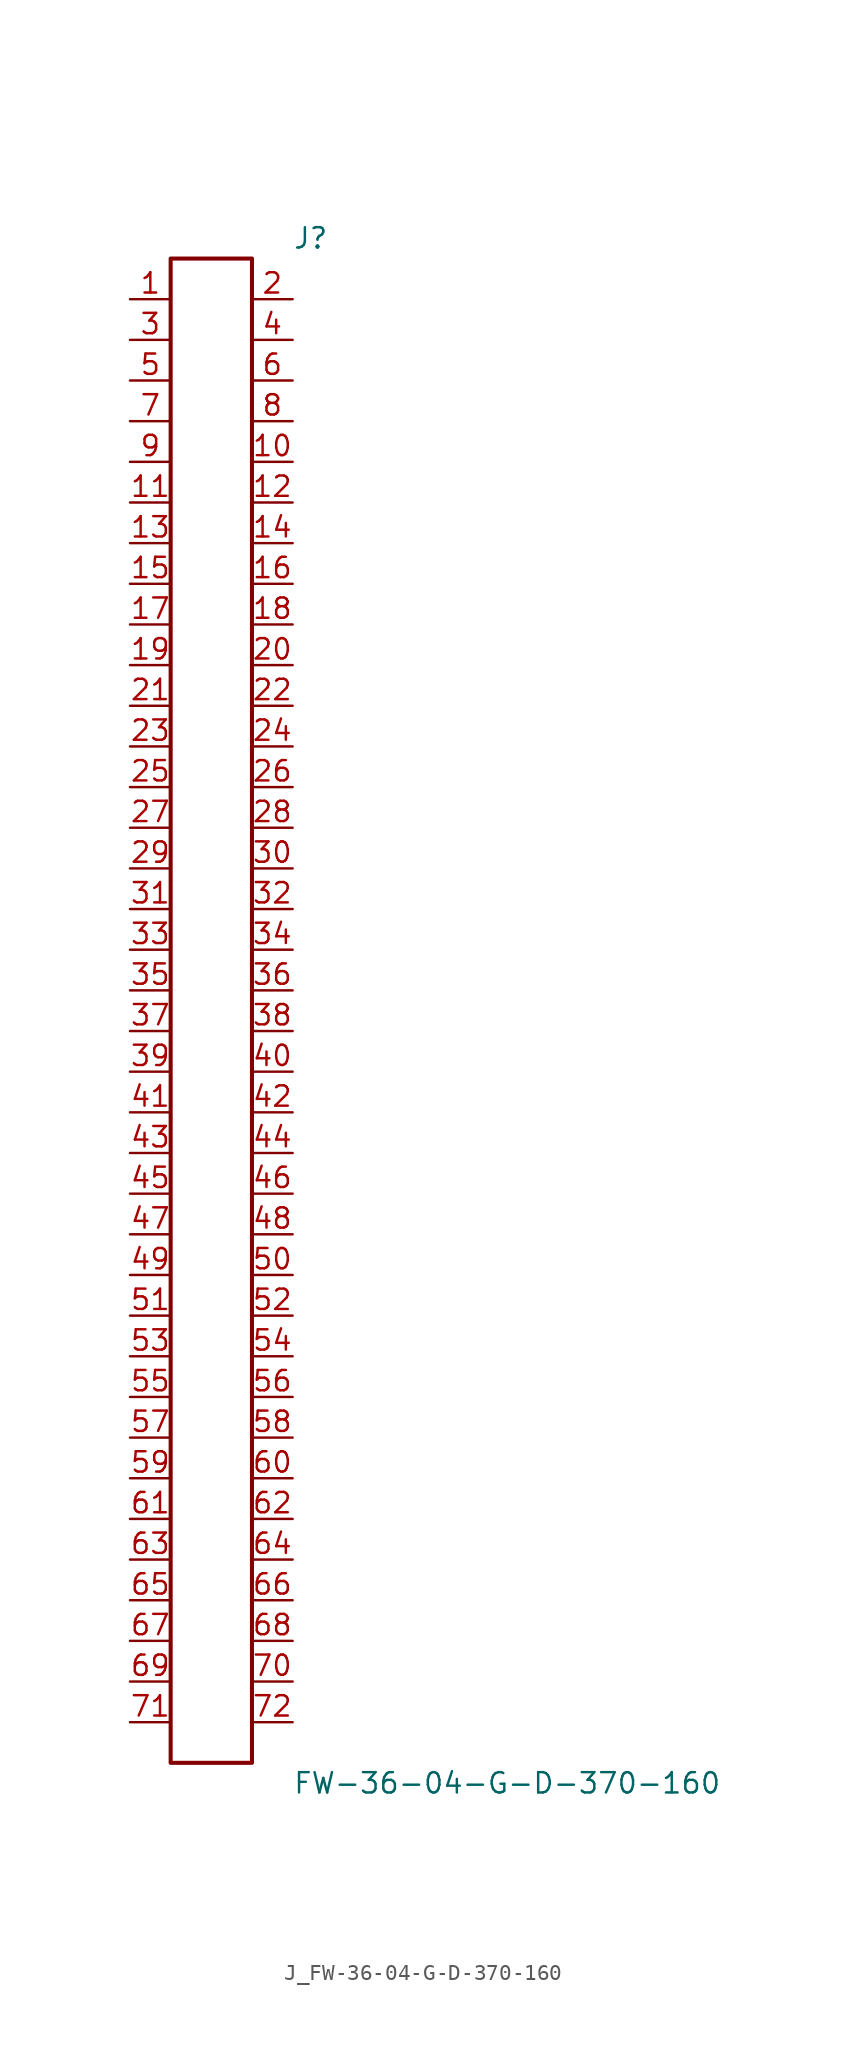
<source format=kicad_sym>
(kicad_symbol_lib
  (version 20231120)
  (generator kicad_symbol_editor)
  (generator_version 8.0)
  (symbol "J_FW-36-04-G-D-370-160"
    (pin_names
      (offset 0.254))
    (property "Reference" "J"
      (at 5.08 48.26 0)
      (effects (font (size 1.27 1.27)) (justify left)))
    (property "Value" "FW-36-04-G-D-370-160"
      (at 5.08 -48.26 0)
      (effects (font (size 1.27 1.27)) (justify left)))
    (symbol "J_FW-36-04-G-D-370-160_0_0"
      (pin unspecified line (at -5.08 44.45 0) (length 2.54) (name "" (effects (font (size 1.27 1.27)))) (number "1" (effects (font (size 1.27 1.27)))))
      (pin unspecified line (at 5.08 44.45 180) (length 2.54) (name "" (effects (font (size 1.27 1.27)))) (number "2" (effects (font (size 1.27 1.27)))))
      (pin unspecified line (at -5.08 41.91 0) (length 2.54) (name "" (effects (font (size 1.27 1.27)))) (number "3" (effects (font (size 1.27 1.27)))))
      (pin unspecified line (at 5.08 41.91 180) (length 2.54) (name "" (effects (font (size 1.27 1.27)))) (number "4" (effects (font (size 1.27 1.27)))))
      (pin unspecified line (at -5.08 39.37 0) (length 2.54) (name "" (effects (font (size 1.27 1.27)))) (number "5" (effects (font (size 1.27 1.27)))))
      (pin unspecified line (at 5.08 39.37 180) (length 2.54) (name "" (effects (font (size 1.27 1.27)))) (number "6" (effects (font (size 1.27 1.27)))))
      (pin unspecified line (at -5.08 36.83 0) (length 2.54) (name "" (effects (font (size 1.27 1.27)))) (number "7" (effects (font (size 1.27 1.27)))))
      (pin unspecified line (at 5.08 36.83 180) (length 2.54) (name "" (effects (font (size 1.27 1.27)))) (number "8" (effects (font (size 1.27 1.27)))))
      (pin unspecified line (at -5.08 34.29 0) (length 2.54) (name "" (effects (font (size 1.27 1.27)))) (number "9" (effects (font (size 1.27 1.27)))))
      (pin unspecified line (at 5.08 34.29 180) (length 2.54) (name "" (effects (font (size 1.27 1.27)))) (number "10" (effects (font (size 1.27 1.27)))))
      (pin unspecified line (at -5.08 31.75 0) (length 2.54) (name "" (effects (font (size 1.27 1.27)))) (number "11" (effects (font (size 1.27 1.27)))))
      (pin unspecified line (at 5.08 31.75 180) (length 2.54) (name "" (effects (font (size 1.27 1.27)))) (number "12" (effects (font (size 1.27 1.27)))))
      (pin unspecified line (at -5.08 29.21 0) (length 2.54) (name "" (effects (font (size 1.27 1.27)))) (number "13" (effects (font (size 1.27 1.27)))))
      (pin unspecified line (at 5.08 29.21 180) (length 2.54) (name "" (effects (font (size 1.27 1.27)))) (number "14" (effects (font (size 1.27 1.27)))))
      (pin unspecified line (at -5.08 26.67 0) (length 2.54) (name "" (effects (font (size 1.27 1.27)))) (number "15" (effects (font (size 1.27 1.27)))))
      (pin unspecified line (at 5.08 26.67 180) (length 2.54) (name "" (effects (font (size 1.27 1.27)))) (number "16" (effects (font (size 1.27 1.27)))))
      (pin unspecified line (at -5.08 24.13 0) (length 2.54) (name "" (effects (font (size 1.27 1.27)))) (number "17" (effects (font (size 1.27 1.27)))))
      (pin unspecified line (at 5.08 24.13 180) (length 2.54) (name "" (effects (font (size 1.27 1.27)))) (number "18" (effects (font (size 1.27 1.27)))))
      (pin unspecified line (at -5.08 21.59 0) (length 2.54) (name "" (effects (font (size 1.27 1.27)))) (number "19" (effects (font (size 1.27 1.27)))))
      (pin unspecified line (at 5.08 21.59 180) (length 2.54) (name "" (effects (font (size 1.27 1.27)))) (number "20" (effects (font (size 1.27 1.27)))))
      (pin unspecified line (at -5.08 19.05 0) (length 2.54) (name "" (effects (font (size 1.27 1.27)))) (number "21" (effects (font (size 1.27 1.27)))))
      (pin unspecified line (at 5.08 19.05 180) (length 2.54) (name "" (effects (font (size 1.27 1.27)))) (number "22" (effects (font (size 1.27 1.27)))))
      (pin unspecified line (at -5.08 16.51 0) (length 2.54) (name "" (effects (font (size 1.27 1.27)))) (number "23" (effects (font (size 1.27 1.27)))))
      (pin unspecified line (at 5.08 16.51 180) (length 2.54) (name "" (effects (font (size 1.27 1.27)))) (number "24" (effects (font (size 1.27 1.27)))))
      (pin unspecified line (at -5.08 13.97 0) (length 2.54) (name "" (effects (font (size 1.27 1.27)))) (number "25" (effects (font (size 1.27 1.27)))))
      (pin unspecified line (at 5.08 13.97 180) (length 2.54) (name "" (effects (font (size 1.27 1.27)))) (number "26" (effects (font (size 1.27 1.27)))))
      (pin unspecified line (at -5.08 11.43 0) (length 2.54) (name "" (effects (font (size 1.27 1.27)))) (number "27" (effects (font (size 1.27 1.27)))))
      (pin unspecified line (at 5.08 11.43 180) (length 2.54) (name "" (effects (font (size 1.27 1.27)))) (number "28" (effects (font (size 1.27 1.27)))))
      (pin unspecified line (at -5.08 8.89 0) (length 2.54) (name "" (effects (font (size 1.27 1.27)))) (number "29" (effects (font (size 1.27 1.27)))))
      (pin unspecified line (at 5.08 8.89 180) (length 2.54) (name "" (effects (font (size 1.27 1.27)))) (number "30" (effects (font (size 1.27 1.27)))))
      (pin unspecified line (at -5.08 6.35 0) (length 2.54) (name "" (effects (font (size 1.27 1.27)))) (number "31" (effects (font (size 1.27 1.27)))))
      (pin unspecified line (at 5.08 6.35 180) (length 2.54) (name "" (effects (font (size 1.27 1.27)))) (number "32" (effects (font (size 1.27 1.27)))))
      (pin unspecified line (at -5.08 3.81 0) (length 2.54) (name "" (effects (font (size 1.27 1.27)))) (number "33" (effects (font (size 1.27 1.27)))))
      (pin unspecified line (at 5.08 3.81 180) (length 2.54) (name "" (effects (font (size 1.27 1.27)))) (number "34" (effects (font (size 1.27 1.27)))))
      (pin unspecified line (at -5.08 1.27 0) (length 2.54) (name "" (effects (font (size 1.27 1.27)))) (number "35" (effects (font (size 1.27 1.27)))))
      (pin unspecified line (at 5.08 1.27 180) (length 2.54) (name "" (effects (font (size 1.27 1.27)))) (number "36" (effects (font (size 1.27 1.27)))))
      (pin unspecified line (at -5.08 -1.27 0) (length 2.54) (name "" (effects (font (size 1.27 1.27)))) (number "37" (effects (font (size 1.27 1.27)))))
      (pin unspecified line (at 5.08 -1.27 180) (length 2.54) (name "" (effects (font (size 1.27 1.27)))) (number "38" (effects (font (size 1.27 1.27)))))
      (pin unspecified line (at -5.08 -3.81 0) (length 2.54) (name "" (effects (font (size 1.27 1.27)))) (number "39" (effects (font (size 1.27 1.27)))))
      (pin unspecified line (at 5.08 -3.81 180) (length 2.54) (name "" (effects (font (size 1.27 1.27)))) (number "40" (effects (font (size 1.27 1.27)))))
      (pin unspecified line (at -5.08 -6.35 0) (length 2.54) (name "" (effects (font (size 1.27 1.27)))) (number "41" (effects (font (size 1.27 1.27)))))
      (pin unspecified line (at 5.08 -6.35 180) (length 2.54) (name "" (effects (font (size 1.27 1.27)))) (number "42" (effects (font (size 1.27 1.27)))))
      (pin unspecified line (at -5.08 -8.89 0) (length 2.54) (name "" (effects (font (size 1.27 1.27)))) (number "43" (effects (font (size 1.27 1.27)))))
      (pin unspecified line (at 5.08 -8.89 180) (length 2.54) (name "" (effects (font (size 1.27 1.27)))) (number "44" (effects (font (size 1.27 1.27)))))
      (pin unspecified line (at -5.08 -11.43 0) (length 2.54) (name "" (effects (font (size 1.27 1.27)))) (number "45" (effects (font (size 1.27 1.27)))))
      (pin unspecified line (at 5.08 -11.43 180) (length 2.54) (name "" (effects (font (size 1.27 1.27)))) (number "46" (effects (font (size 1.27 1.27)))))
      (pin unspecified line (at -5.08 -13.97 0) (length 2.54) (name "" (effects (font (size 1.27 1.27)))) (number "47" (effects (font (size 1.27 1.27)))))
      (pin unspecified line (at 5.08 -13.97 180) (length 2.54) (name "" (effects (font (size 1.27 1.27)))) (number "48" (effects (font (size 1.27 1.27)))))
      (pin unspecified line (at -5.08 -16.51 0) (length 2.54) (name "" (effects (font (size 1.27 1.27)))) (number "49" (effects (font (size 1.27 1.27)))))
      (pin unspecified line (at 5.08 -16.51 180) (length 2.54) (name "" (effects (font (size 1.27 1.27)))) (number "50" (effects (font (size 1.27 1.27)))))
      (pin unspecified line (at -5.08 -19.05 0) (length 2.54) (name "" (effects (font (size 1.27 1.27)))) (number "51" (effects (font (size 1.27 1.27)))))
      (pin unspecified line (at 5.08 -19.05 180) (length 2.54) (name "" (effects (font (size 1.27 1.27)))) (number "52" (effects (font (size 1.27 1.27)))))
      (pin unspecified line (at -5.08 -21.59 0) (length 2.54) (name "" (effects (font (size 1.27 1.27)))) (number "53" (effects (font (size 1.27 1.27)))))
      (pin unspecified line (at 5.08 -21.59 180) (length 2.54) (name "" (effects (font (size 1.27 1.27)))) (number "54" (effects (font (size 1.27 1.27)))))
      (pin unspecified line (at -5.08 -24.13 0) (length 2.54) (name "" (effects (font (size 1.27 1.27)))) (number "55" (effects (font (size 1.27 1.27)))))
      (pin unspecified line (at 5.08 -24.13 180) (length 2.54) (name "" (effects (font (size 1.27 1.27)))) (number "56" (effects (font (size 1.27 1.27)))))
      (pin unspecified line (at -5.08 -26.67 0) (length 2.54) (name "" (effects (font (size 1.27 1.27)))) (number "57" (effects (font (size 1.27 1.27)))))
      (pin unspecified line (at 5.08 -26.67 180) (length 2.54) (name "" (effects (font (size 1.27 1.27)))) (number "58" (effects (font (size 1.27 1.27)))))
      (pin unspecified line (at -5.08 -29.21 0) (length 2.54) (name "" (effects (font (size 1.27 1.27)))) (number "59" (effects (font (size 1.27 1.27)))))
      (pin unspecified line (at 5.08 -29.21 180) (length 2.54) (name "" (effects (font (size 1.27 1.27)))) (number "60" (effects (font (size 1.27 1.27)))))
      (pin unspecified line (at -5.08 -31.75 0) (length 2.54) (name "" (effects (font (size 1.27 1.27)))) (number "61" (effects (font (size 1.27 1.27)))))
      (pin unspecified line (at 5.08 -31.75 180) (length 2.54) (name "" (effects (font (size 1.27 1.27)))) (number "62" (effects (font (size 1.27 1.27)))))
      (pin unspecified line (at -5.08 -34.29 0) (length 2.54) (name "" (effects (font (size 1.27 1.27)))) (number "63" (effects (font (size 1.27 1.27)))))
      (pin unspecified line (at 5.08 -34.29 180) (length 2.54) (name "" (effects (font (size 1.27 1.27)))) (number "64" (effects (font (size 1.27 1.27)))))
      (pin unspecified line (at -5.08 -36.83 0) (length 2.54) (name "" (effects (font (size 1.27 1.27)))) (number "65" (effects (font (size 1.27 1.27)))))
      (pin unspecified line (at 5.08 -36.83 180) (length 2.54) (name "" (effects (font (size 1.27 1.27)))) (number "66" (effects (font (size 1.27 1.27)))))
      (pin unspecified line (at -5.08 -39.37 0) (length 2.54) (name "" (effects (font (size 1.27 1.27)))) (number "67" (effects (font (size 1.27 1.27)))))
      (pin unspecified line (at 5.08 -39.37 180) (length 2.54) (name "" (effects (font (size 1.27 1.27)))) (number "68" (effects (font (size 1.27 1.27)))))
      (pin unspecified line (at -5.08 -41.91 0) (length 2.54) (name "" (effects (font (size 1.27 1.27)))) (number "69" (effects (font (size 1.27 1.27)))))
      (pin unspecified line (at 5.08 -41.91 180) (length 2.54) (name "" (effects (font (size 1.27 1.27)))) (number "70" (effects (font (size 1.27 1.27)))))
      (pin unspecified line (at -5.08 -44.45 0) (length 2.54) (name "" (effects (font (size 1.27 1.27)))) (number "71" (effects (font (size 1.27 1.27)))))
      (pin unspecified line (at 5.08 -44.45 180) (length 2.54) (name "" (effects (font (size 1.27 1.27)))) (number "72" (effects (font (size 1.27 1.27))))))
    (symbol "J_FW-36-04-G-D-370-160_1_0"
      (rectangle (start -2.54 46.99) (end 2.54 -46.99) (stroke (width 0.254) (type solid)) (fill (type none))))))
</source>
